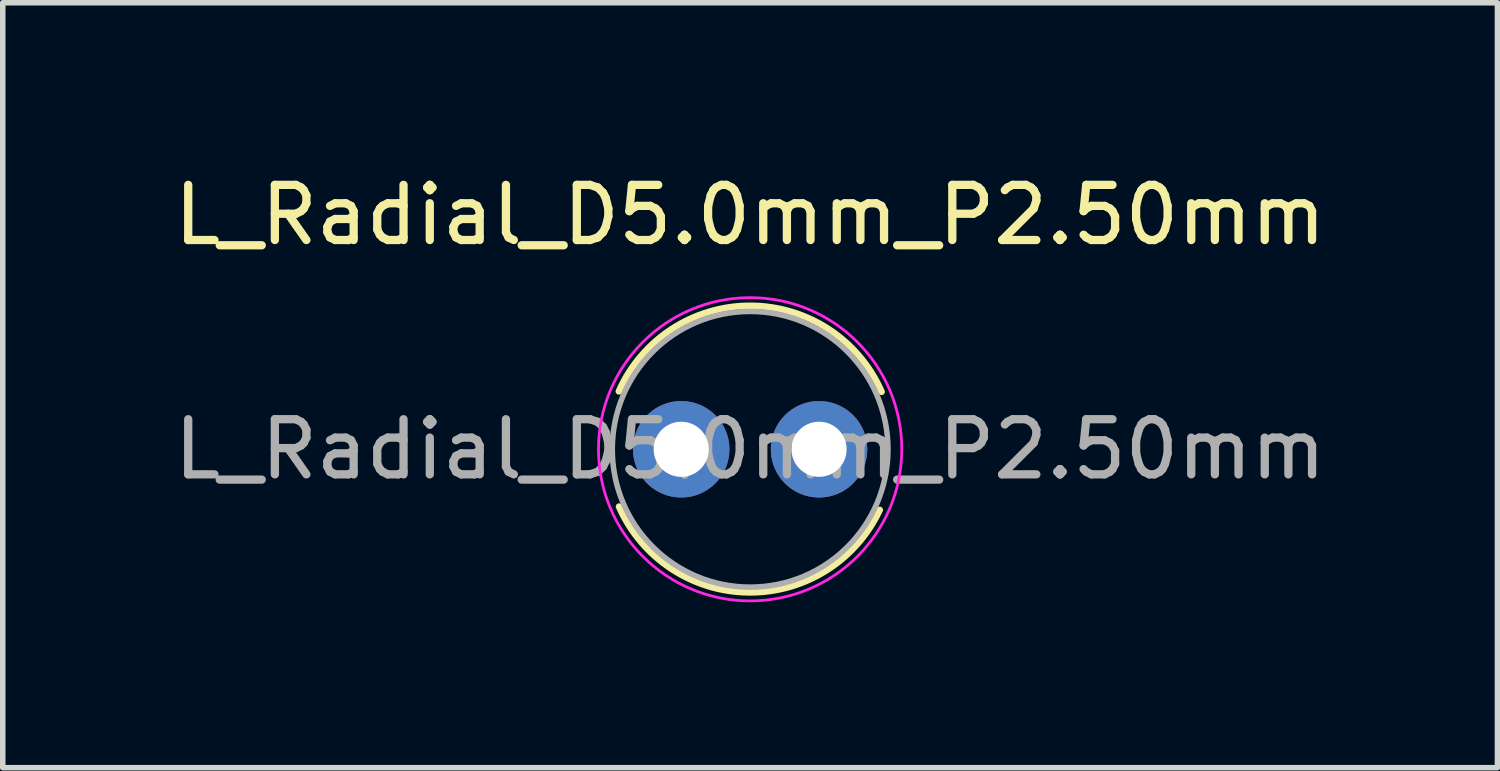
<source format=kicad_pcb>
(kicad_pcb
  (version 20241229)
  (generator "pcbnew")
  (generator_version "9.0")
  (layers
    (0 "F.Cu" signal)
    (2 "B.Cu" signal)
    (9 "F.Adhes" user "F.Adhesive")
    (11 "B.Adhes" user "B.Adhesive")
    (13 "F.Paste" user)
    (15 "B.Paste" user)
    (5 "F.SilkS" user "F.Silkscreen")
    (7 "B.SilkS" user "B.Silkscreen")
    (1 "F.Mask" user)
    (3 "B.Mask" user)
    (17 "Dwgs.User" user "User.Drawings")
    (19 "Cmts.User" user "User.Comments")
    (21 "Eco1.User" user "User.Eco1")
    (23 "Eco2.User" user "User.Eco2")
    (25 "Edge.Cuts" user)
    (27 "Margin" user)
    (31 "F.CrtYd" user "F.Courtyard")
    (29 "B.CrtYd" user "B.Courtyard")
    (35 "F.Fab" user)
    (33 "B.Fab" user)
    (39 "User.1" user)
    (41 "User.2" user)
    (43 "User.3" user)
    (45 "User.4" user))
  (footprint "L_Radial_D5.0mm_P2.50mm"
    (layer "F.Cu")
    (at 9.304 5.098)
    (property "Reference" "L_Radial_D5.0mm_P2.50mm" (at 1.25 -4.25 0) (layer "F.SilkS") (effects (font (size 1 1) (thickness 0.15))))
    (attr through_hole)
    (fp_arc (start -1.130307 -1.050776) (mid 1.254302 -2.601917) (end 3.633769 -1.042899) (stroke (width 0.12) (type solid)) (layer "F.SilkS"))
    (fp_arc (start 3.6 1.1) (mid 1.217073 2.594497) (end -1.127159 1.040007) (stroke (width 0.12) (type solid)) (layer "F.SilkS"))
    (fp_circle (center 1.25 0) (end 4 0) (stroke (width 0.05) (type solid)) (fill no) (layer "F.CrtYd"))
    (fp_circle (center 1.25 0) (end 1.25 -2.5) (stroke (width 0.1) (type solid)) (fill no) (layer "F.Fab"))
    (fp_text user "${REFERENCE}" (at 1.25 0 0) (layer "F.Fab") (effects (font (size 1 1) (thickness 0.15))))
    (pad "1" thru_hole circle (at 0 0) (size 1.75 1.75) (drill 1) (layers "*.Cu" "*.Mask"))
    (pad "2" thru_hole circle (at 2.5 0) (size 1.75 1.75) (drill 1) (layers "*.Cu" "*.Mask")))
  (gr_rect
    (start -3 -3)
    (end 24.107 10.873)
    (stroke (width 0.1) (type default))
    (fill no)
    (layer "Edge.Cuts")))
</source>
